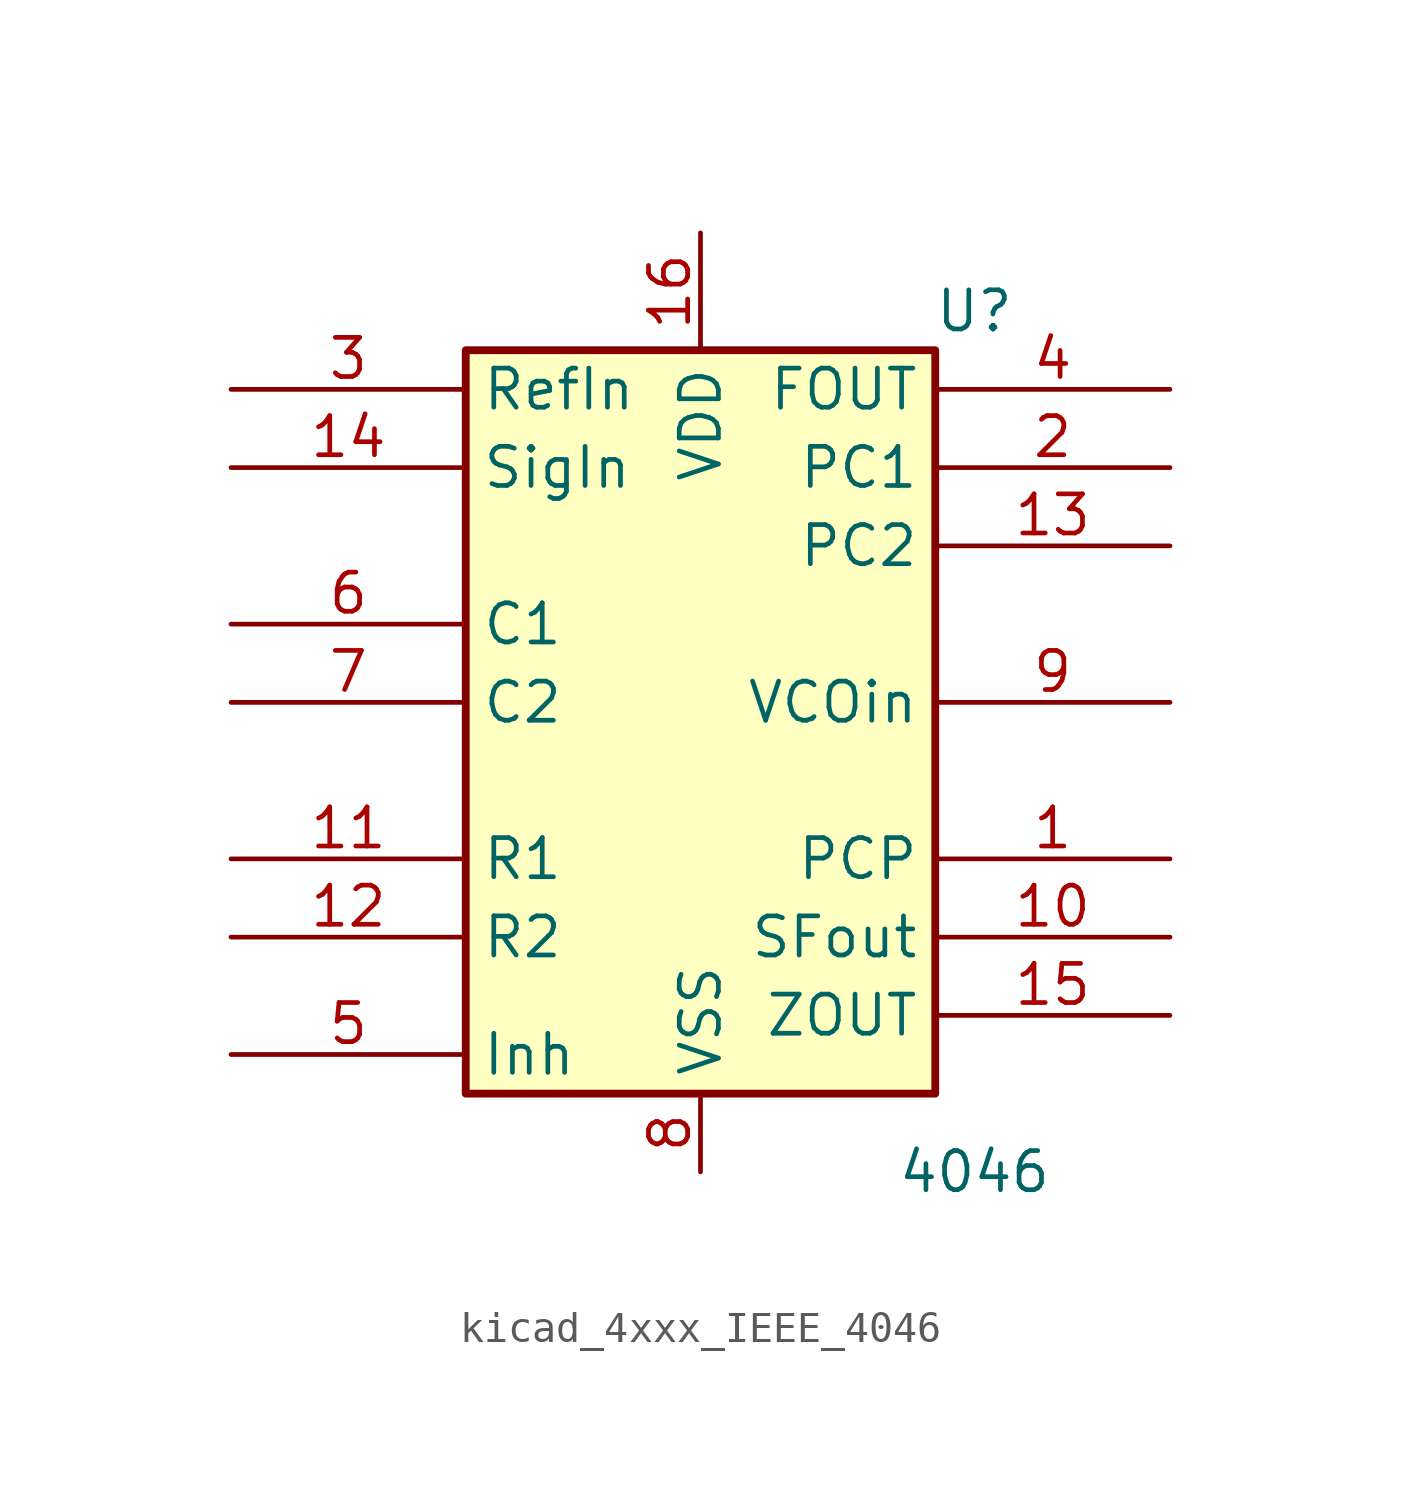
<source format=kicad_sym>
(kicad_symbol_lib
  (version 20220914)
  (generator kicad_symbol_editor)
  (symbol "kicad_4xxx_IEEE_4046"
    (property "Reference" "U"
      (at 8.89 12.7 0)
      (effects (font (size 1.27 1.27))))
    (property "Value" "4046"
      (at 8.89 -15.24 0)
      (effects (font (size 1.27 1.27))))
    (symbol "kicad_4xxx_IEEE_4046_0_1"
      (rectangle (start -7.62 11.43) (end 7.62 -12.7) (stroke (width 0.254) (type default)) (fill (type background)))
      (pin power_in line (at 0 15.24 270) (length 3.81) (name "VDD" (effects (font (size 1.27 1.27)))) (number "16" (effects (font (size 1.27 1.27)))))
      (pin power_in line (at 0 -15.24 90) (length 2.54) (name "VSS" (effects (font (size 1.27 1.27)))) (number "8" (effects (font (size 1.27 1.27))))))
    (symbol "kicad_4xxx_IEEE_4046_1_1"
      (pin output line (at 15.24 -5.08 180) (length 7.62) (name "PCP" (effects (font (size 1.27 1.27)))) (number "1" (effects (font (size 1.27 1.27)))))
      (pin output line (at 15.24 -7.62 180) (length 7.62) (name "SFout" (effects (font (size 1.27 1.27)))) (number "10" (effects (font (size 1.27 1.27)))))
      (pin input line (at -15.24 -5.08 0) (length 7.62) (name "R1" (effects (font (size 1.27 1.27)))) (number "11" (effects (font (size 1.27 1.27)))))
      (pin input line (at -15.24 -7.62 0) (length 7.62) (name "R2" (effects (font (size 1.27 1.27)))) (number "12" (effects (font (size 1.27 1.27)))))
      (pin tri_state line (at 15.24 5.08 180) (length 7.62) (name "PC2" (effects (font (size 1.27 1.27)))) (number "13" (effects (font (size 1.27 1.27)))))
      (pin input line (at -15.24 7.62 0) (length 7.62) (name "SigIn" (effects (font (size 1.27 1.27)))) (number "14" (effects (font (size 1.27 1.27)))))
      (pin output line (at 15.24 -10.16 180) (length 7.62) (name "ZOUT" (effects (font (size 1.27 1.27)))) (number "15" (effects (font (size 1.27 1.27)))))
      (pin output line (at 15.24 7.62 180) (length 7.62) (name "PC1" (effects (font (size 1.27 1.27)))) (number "2" (effects (font (size 1.27 1.27)))))
      (pin input line (at -15.24 10.16 0) (length 7.62) (name "RefIn" (effects (font (size 1.27 1.27)))) (number "3" (effects (font (size 1.27 1.27)))))
      (pin output line (at 15.24 10.16 180) (length 7.62) (name "FOUT" (effects (font (size 1.27 1.27)))) (number "4" (effects (font (size 1.27 1.27)))))
      (pin input line (at -15.24 -11.43 0) (length 7.62) (name "Inh" (effects (font (size 1.27 1.27)))) (number "5" (effects (font (size 1.27 1.27)))))
      (pin input line (at -15.24 2.54 0) (length 7.62) (name "C1" (effects (font (size 1.27 1.27)))) (number "6" (effects (font (size 1.27 1.27)))))
      (pin input line (at -15.24 0 0) (length 7.62) (name "C2" (effects (font (size 1.27 1.27)))) (number "7" (effects (font (size 1.27 1.27)))))
      (pin input line (at 15.24 0 180) (length 7.62) (name "VCOin" (effects (font (size 1.27 1.27)))) (number "9" (effects (font (size 1.27 1.27))))))))
</source>
